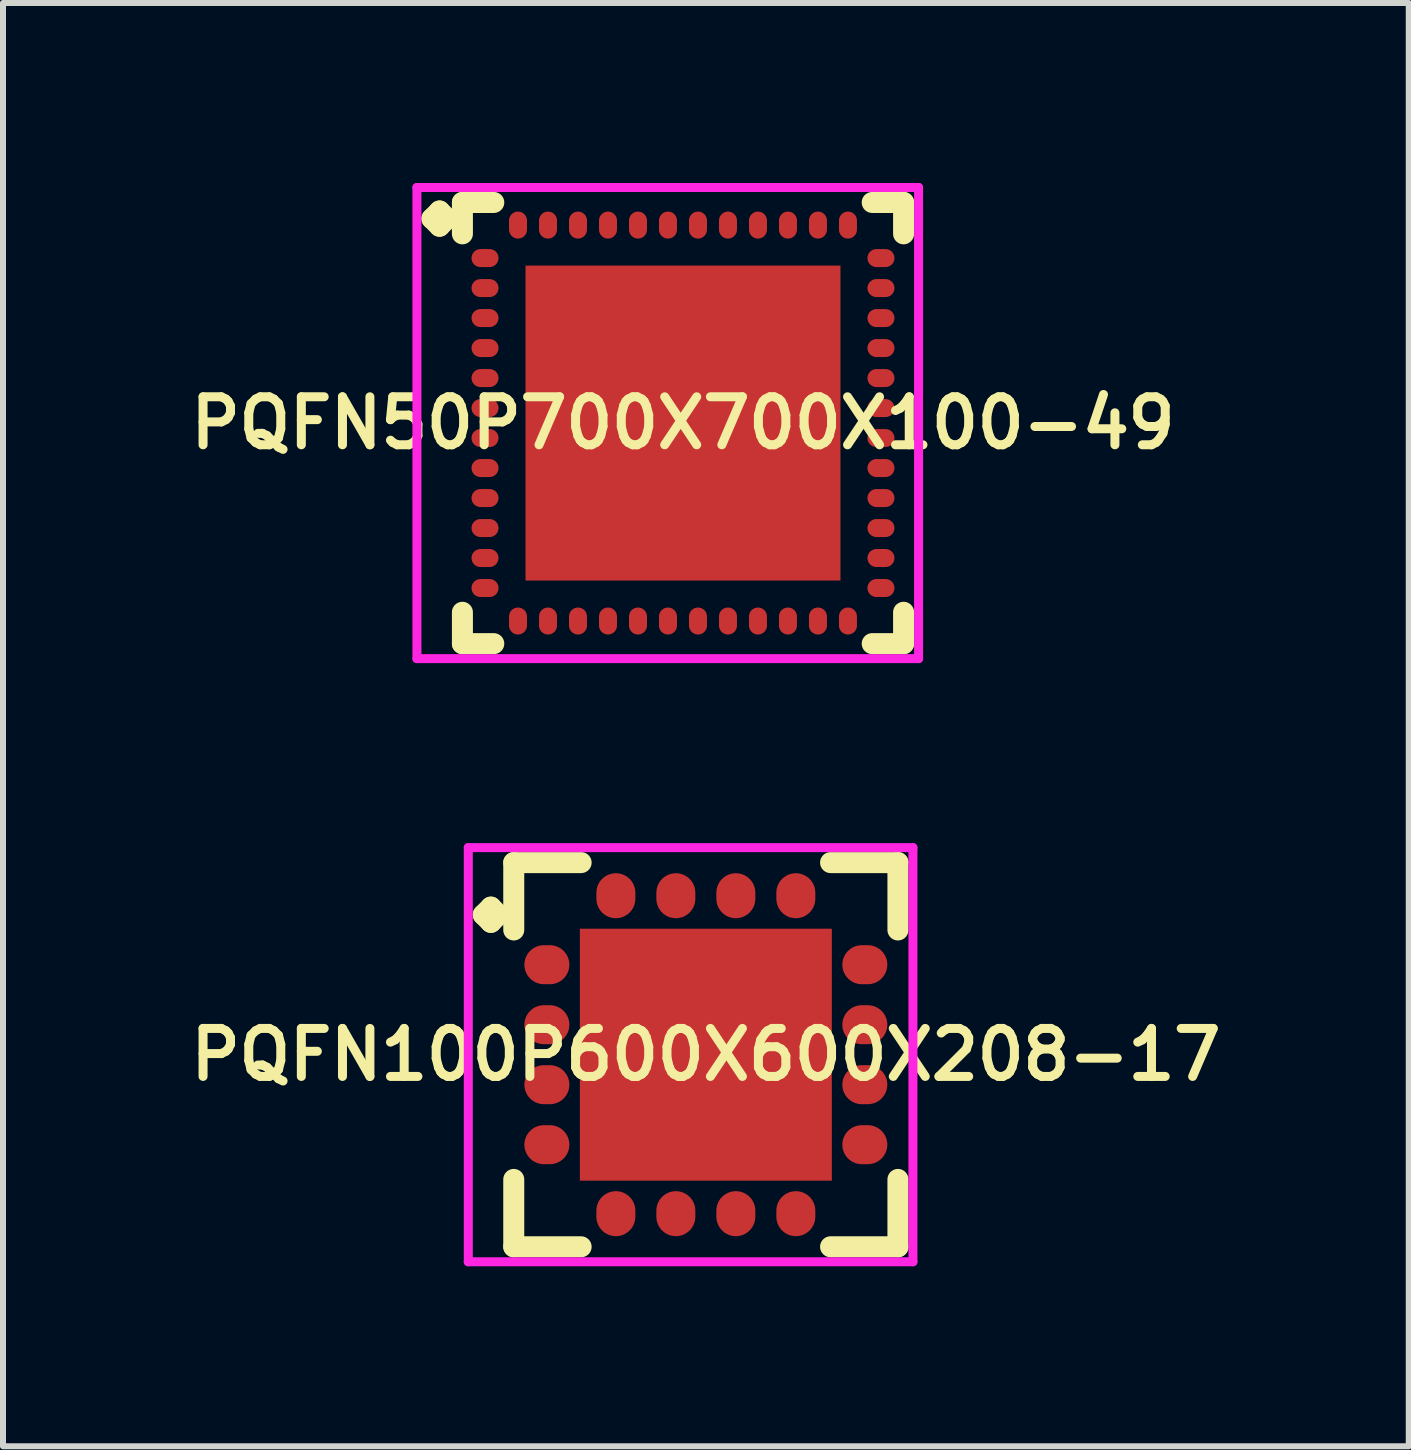
<source format=kicad_pcb>
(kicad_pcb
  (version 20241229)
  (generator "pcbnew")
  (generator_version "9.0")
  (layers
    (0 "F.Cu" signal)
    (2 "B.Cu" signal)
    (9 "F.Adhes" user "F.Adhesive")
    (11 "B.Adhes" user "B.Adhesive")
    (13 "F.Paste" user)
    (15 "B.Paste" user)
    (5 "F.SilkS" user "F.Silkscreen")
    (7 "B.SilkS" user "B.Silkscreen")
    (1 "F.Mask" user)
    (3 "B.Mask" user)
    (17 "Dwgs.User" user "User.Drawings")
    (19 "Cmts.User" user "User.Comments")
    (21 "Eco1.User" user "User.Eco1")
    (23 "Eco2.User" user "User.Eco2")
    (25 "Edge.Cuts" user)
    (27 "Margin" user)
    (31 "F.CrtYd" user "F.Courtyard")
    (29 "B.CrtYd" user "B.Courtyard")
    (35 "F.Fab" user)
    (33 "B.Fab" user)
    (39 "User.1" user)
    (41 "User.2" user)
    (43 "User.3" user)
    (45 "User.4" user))
  (footprint "PQFN100P600X600X208-17"
    (layer "F.Cu")
    (at 8.716 14.531)
    (property "Reference" "PQFN100P600X600X208-17" (at 0 0 0) (layer "F.SilkS") (effects (font (size 0.8 0.8) (thickness 0.15))))
    (attr smd)
    (fp_line (start -3.71 -2.333) (end -3.583 -2.46) (stroke (width 0.35) (type solid)) (layer "F.SilkS"))
    (fp_line (start -3.583 -2.46) (end -3.456 -2.333) (stroke (width 0.35) (type solid)) (layer "F.SilkS"))
    (fp_line (start -3.583 -2.206) (end -3.71 -2.333) (stroke (width 0.35) (type solid)) (layer "F.SilkS"))
    (fp_line (start -3.456 -2.333) (end -3.583 -2.206) (stroke (width 0.35) (type solid)) (layer "F.SilkS"))
    (fp_line (start -3.202 -3.202) (end -2.079 -3.202) (stroke (width 0.35) (type solid)) (layer "F.SilkS"))
    (fp_line (start -3.202 -2.079) (end -3.202 -3.202) (stroke (width 0.35) (type solid)) (layer "F.SilkS"))
    (fp_line (start -3.202 2.079) (end -3.202 3.202) (stroke (width 0.35) (type solid)) (layer "F.SilkS"))
    (fp_line (start -3.202 3.202) (end -2.079 3.202) (stroke (width 0.35) (type solid)) (layer "F.SilkS"))
    (fp_line (start 2.079 -3.202) (end 3.202 -3.202) (stroke (width 0.35) (type solid)) (layer "F.SilkS"))
    (fp_line (start 2.079 3.202) (end 3.202 3.202) (stroke (width 0.35) (type solid)) (layer "F.SilkS"))
    (fp_line (start 3.202 -3.202) (end 3.202 -2.079) (stroke (width 0.35) (type solid)) (layer "F.SilkS"))
    (fp_line (start 3.202 3.202) (end 3.202 2.079) (stroke (width 0.35) (type solid)) (layer "F.SilkS"))
    (fp_line (start -3.96 -3.452) (end 3.452 -3.452) (stroke (width 0.15) (type solid)) (layer "F.CrtYd"))
    (fp_line (start -3.96 3.452) (end -3.96 -3.452) (stroke (width 0.15) (type solid)) (layer "F.CrtYd"))
    (fp_line (start 3.452 -3.452) (end 3.452 3.452) (stroke (width 0.15) (type solid)) (layer "F.CrtYd"))
    (fp_line (start 3.452 3.452) (end -3.96 3.452) (stroke (width 0.15) (type solid)) (layer "F.CrtYd"))
    (pad "1" smd oval (at -2.65 -1.5) (size 0.75 0.65) (layers "F.Cu" "F.Mask" "F.Paste"))
    (pad "2" smd oval (at -2.65 -0.5) (size 0.75 0.65) (layers "F.Cu" "F.Mask" "F.Paste"))
    (pad "3" smd oval (at -2.65 0.5) (size 0.75 0.65) (layers "F.Cu" "F.Mask" "F.Paste"))
    (pad "4" smd oval (at -2.65 1.5) (size 0.75 0.65) (layers "F.Cu" "F.Mask" "F.Paste"))
    (pad "5" smd oval (at -1.5 2.65) (size 0.65 0.75) (layers "F.Cu" "F.Mask" "F.Paste"))
    (pad "6" smd oval (at -0.5 2.65) (size 0.65 0.75) (layers "F.Cu" "F.Mask" "F.Paste"))
    (pad "7" smd oval (at 0.5 2.65) (size 0.65 0.75) (layers "F.Cu" "F.Mask" "F.Paste"))
    (pad "8" smd oval (at 1.5 2.65) (size 0.65 0.75) (layers "F.Cu" "F.Mask" "F.Paste"))
    (pad "9" smd oval (at 2.65 1.5) (size 0.75 0.65) (layers "F.Cu" "F.Mask" "F.Paste"))
    (pad "10" smd oval (at 2.65 0.5) (size 0.75 0.65) (layers "F.Cu" "F.Mask" "F.Paste"))
    (pad "11" smd oval (at 2.65 -0.5) (size 0.75 0.65) (layers "F.Cu" "F.Mask" "F.Paste"))
    (pad "12" smd oval (at 2.65 -1.5) (size 0.75 0.65) (layers "F.Cu" "F.Mask" "F.Paste"))
    (pad "13" smd oval (at 1.5 -2.65) (size 0.65 0.75) (layers "F.Cu" "F.Mask" "F.Paste"))
    (pad "14" smd oval (at 0.5 -2.65) (size 0.65 0.75) (layers "F.Cu" "F.Mask" "F.Paste"))
    (pad "15" smd oval (at -0.5 -2.65) (size 0.65 0.75) (layers "F.Cu" "F.Mask" "F.Paste"))
    (pad "16" smd oval (at -1.5 -2.65) (size 0.65 0.75) (layers "F.Cu" "F.Mask" "F.Paste"))
    (pad "17" smd rect (at 0 0) (size 4.2 4.2) (layers "F.Cu" "F.Mask" "F.Paste")))
  (footprint "PQFN50P700X700X100-49"
    (layer "F.Cu")
    (at 8.335 4.002)
    (property "Reference" "PQFN50P700X700X100-49" (at 0 0 0) (layer "F.SilkS") (effects (font (size 0.8 0.8) (thickness 0.15))))
    (attr smd)
    (fp_line (start -4.185 -3.408) (end -4.058 -3.535) (stroke (width 0.35) (type solid)) (layer "F.SilkS"))
    (fp_line (start -4.058 -3.535) (end -3.931 -3.408) (stroke (width 0.35) (type solid)) (layer "F.SilkS"))
    (fp_line (start -4.058 -3.281) (end -4.185 -3.408) (stroke (width 0.35) (type solid)) (layer "F.SilkS"))
    (fp_line (start -3.931 -3.408) (end -4.058 -3.281) (stroke (width 0.35) (type solid)) (layer "F.SilkS"))
    (fp_line (start -3.677 -3.677) (end -3.154 -3.677) (stroke (width 0.35) (type solid)) (layer "F.SilkS"))
    (fp_line (start -3.677 -3.154) (end -3.677 -3.677) (stroke (width 0.35) (type solid)) (layer "F.SilkS"))
    (fp_line (start -3.677 3.154) (end -3.677 3.677) (stroke (width 0.35) (type solid)) (layer "F.SilkS"))
    (fp_line (start -3.677 3.677) (end -3.154 3.677) (stroke (width 0.35) (type solid)) (layer "F.SilkS"))
    (fp_line (start 3.154 -3.677) (end 3.677 -3.677) (stroke (width 0.35) (type solid)) (layer "F.SilkS"))
    (fp_line (start 3.154 3.677) (end 3.677 3.677) (stroke (width 0.35) (type solid)) (layer "F.SilkS"))
    (fp_line (start 3.677 -3.677) (end 3.677 -3.154) (stroke (width 0.35) (type solid)) (layer "F.SilkS"))
    (fp_line (start 3.677 3.677) (end 3.677 3.154) (stroke (width 0.35) (type solid)) (layer "F.SilkS"))
    (fp_line (start -4.435 -3.927) (end 3.927 -3.927) (stroke (width 0.15) (type solid)) (layer "F.CrtYd"))
    (fp_line (start -4.435 3.927) (end -4.435 -3.927) (stroke (width 0.15) (type solid)) (layer "F.CrtYd"))
    (fp_line (start 3.927 -3.927) (end 3.927 3.927) (stroke (width 0.15) (type solid)) (layer "F.CrtYd"))
    (fp_line (start 3.927 3.927) (end -4.435 3.927) (stroke (width 0.15) (type solid)) (layer "F.CrtYd"))
    (pad "1" smd oval (at -3.3 -2.75) (size 0.45 0.3) (layers "F.Cu" "F.Mask" "F.Paste"))
    (pad "2" smd oval (at -3.3 -2.25) (size 0.45 0.3) (layers "F.Cu" "F.Mask" "F.Paste"))
    (pad "3" smd oval (at -3.3 -1.75) (size 0.45 0.3) (layers "F.Cu" "F.Mask" "F.Paste"))
    (pad "4" smd oval (at -3.3 -1.25) (size 0.45 0.3) (layers "F.Cu" "F.Mask" "F.Paste"))
    (pad "5" smd oval (at -3.3 -0.75) (size 0.45 0.3) (layers "F.Cu" "F.Mask" "F.Paste"))
    (pad "6" smd oval (at -3.3 -0.25) (size 0.45 0.3) (layers "F.Cu" "F.Mask" "F.Paste"))
    (pad "7" smd oval (at -3.3 0.25) (size 0.45 0.3) (layers "F.Cu" "F.Mask" "F.Paste"))
    (pad "8" smd oval (at -3.3 0.75) (size 0.45 0.3) (layers "F.Cu" "F.Mask" "F.Paste"))
    (pad "9" smd oval (at -3.3 1.25) (size 0.45 0.3) (layers "F.Cu" "F.Mask" "F.Paste"))
    (pad "10" smd oval (at -3.3 1.75) (size 0.45 0.3) (layers "F.Cu" "F.Mask" "F.Paste"))
    (pad "11" smd oval (at -3.3 2.25) (size 0.45 0.3) (layers "F.Cu" "F.Mask" "F.Paste"))
    (pad "12" smd oval (at -3.3 2.75) (size 0.45 0.3) (layers "F.Cu" "F.Mask" "F.Paste"))
    (pad "13" smd oval (at -2.75 3.3) (size 0.3 0.45) (layers "F.Cu" "F.Mask" "F.Paste"))
    (pad "14" smd oval (at -2.25 3.3) (size 0.3 0.45) (layers "F.Cu" "F.Mask" "F.Paste"))
    (pad "15" smd oval (at -1.75 3.3) (size 0.3 0.45) (layers "F.Cu" "F.Mask" "F.Paste"))
    (pad "16" smd oval (at -1.25 3.3) (size 0.3 0.45) (layers "F.Cu" "F.Mask" "F.Paste"))
    (pad "17" smd oval (at -0.75 3.3) (size 0.3 0.45) (layers "F.Cu" "F.Mask" "F.Paste"))
    (pad "18" smd oval (at -0.25 3.3) (size 0.3 0.45) (layers "F.Cu" "F.Mask" "F.Paste"))
    (pad "19" smd oval (at 0.25 3.3) (size 0.3 0.45) (layers "F.Cu" "F.Mask" "F.Paste"))
    (pad "20" smd oval (at 0.75 3.3) (size 0.3 0.45) (layers "F.Cu" "F.Mask" "F.Paste"))
    (pad "21" smd oval (at 1.25 3.3) (size 0.3 0.45) (layers "F.Cu" "F.Mask" "F.Paste"))
    (pad "22" smd oval (at 1.75 3.3) (size 0.3 0.45) (layers "F.Cu" "F.Mask" "F.Paste"))
    (pad "23" smd oval (at 2.25 3.3) (size 0.3 0.45) (layers "F.Cu" "F.Mask" "F.Paste"))
    (pad "24" smd oval (at 2.75 3.3) (size 0.3 0.45) (layers "F.Cu" "F.Mask" "F.Paste"))
    (pad "25" smd oval (at 3.3 2.75) (size 0.45 0.3) (layers "F.Cu" "F.Mask" "F.Paste"))
    (pad "26" smd oval (at 3.3 2.25) (size 0.45 0.3) (layers "F.Cu" "F.Mask" "F.Paste"))
    (pad "27" smd oval (at 3.3 1.75) (size 0.45 0.3) (layers "F.Cu" "F.Mask" "F.Paste"))
    (pad "28" smd oval (at 3.3 1.25) (size 0.45 0.3) (layers "F.Cu" "F.Mask" "F.Paste"))
    (pad "29" smd oval (at 3.3 0.75) (size 0.45 0.3) (layers "F.Cu" "F.Mask" "F.Paste"))
    (pad "30" smd oval (at 3.3 0.25) (size 0.45 0.3) (layers "F.Cu" "F.Mask" "F.Paste"))
    (pad "31" smd oval (at 3.3 -0.25) (size 0.45 0.3) (layers "F.Cu" "F.Mask" "F.Paste"))
    (pad "32" smd oval (at 3.3 -0.75) (size 0.45 0.3) (layers "F.Cu" "F.Mask" "F.Paste"))
    (pad "33" smd oval (at 3.3 -1.25) (size 0.45 0.3) (layers "F.Cu" "F.Mask" "F.Paste"))
    (pad "34" smd oval (at 3.3 -1.75) (size 0.45 0.3) (layers "F.Cu" "F.Mask" "F.Paste"))
    (pad "35" smd oval (at 3.3 -2.25) (size 0.45 0.3) (layers "F.Cu" "F.Mask" "F.Paste"))
    (pad "36" smd oval (at 3.3 -2.75) (size 0.45 0.3) (layers "F.Cu" "F.Mask" "F.Paste"))
    (pad "37" smd oval (at 2.75 -3.3) (size 0.3 0.45) (layers "F.Cu" "F.Mask" "F.Paste"))
    (pad "38" smd oval (at 2.25 -3.3) (size 0.3 0.45) (layers "F.Cu" "F.Mask" "F.Paste"))
    (pad "39" smd oval (at 1.75 -3.3) (size 0.3 0.45) (layers "F.Cu" "F.Mask" "F.Paste"))
    (pad "40" smd oval (at 1.25 -3.3) (size 0.3 0.45) (layers "F.Cu" "F.Mask" "F.Paste"))
    (pad "41" smd oval (at 0.75 -3.3) (size 0.3 0.45) (layers "F.Cu" "F.Mask" "F.Paste"))
    (pad "42" smd oval (at 0.25 -3.3) (size 0.3 0.45) (layers "F.Cu" "F.Mask" "F.Paste"))
    (pad "43" smd oval (at -0.25 -3.3) (size 0.3 0.45) (layers "F.Cu" "F.Mask" "F.Paste"))
    (pad "44" smd oval (at -0.75 -3.3) (size 0.3 0.45) (layers "F.Cu" "F.Mask" "F.Paste"))
    (pad "45" smd oval (at -1.25 -3.3) (size 0.3 0.45) (layers "F.Cu" "F.Mask" "F.Paste"))
    (pad "46" smd oval (at -1.75 -3.3) (size 0.3 0.45) (layers "F.Cu" "F.Mask" "F.Paste"))
    (pad "47" smd oval (at -2.25 -3.3) (size 0.3 0.45) (layers "F.Cu" "F.Mask" "F.Paste"))
    (pad "48" smd oval (at -2.75 -3.3) (size 0.3 0.45) (layers "F.Cu" "F.Mask" "F.Paste"))
    (pad "49" smd rect (at 0 0) (size 5.25 5.25) (layers "F.Cu" "F.Mask" "F.Paste")))
  (gr_rect
    (start -3 -3)
    (end 20.433 21.058)
    (stroke (width 0.1) (type default))
    (fill no)
    (layer "Edge.Cuts")))
</source>
